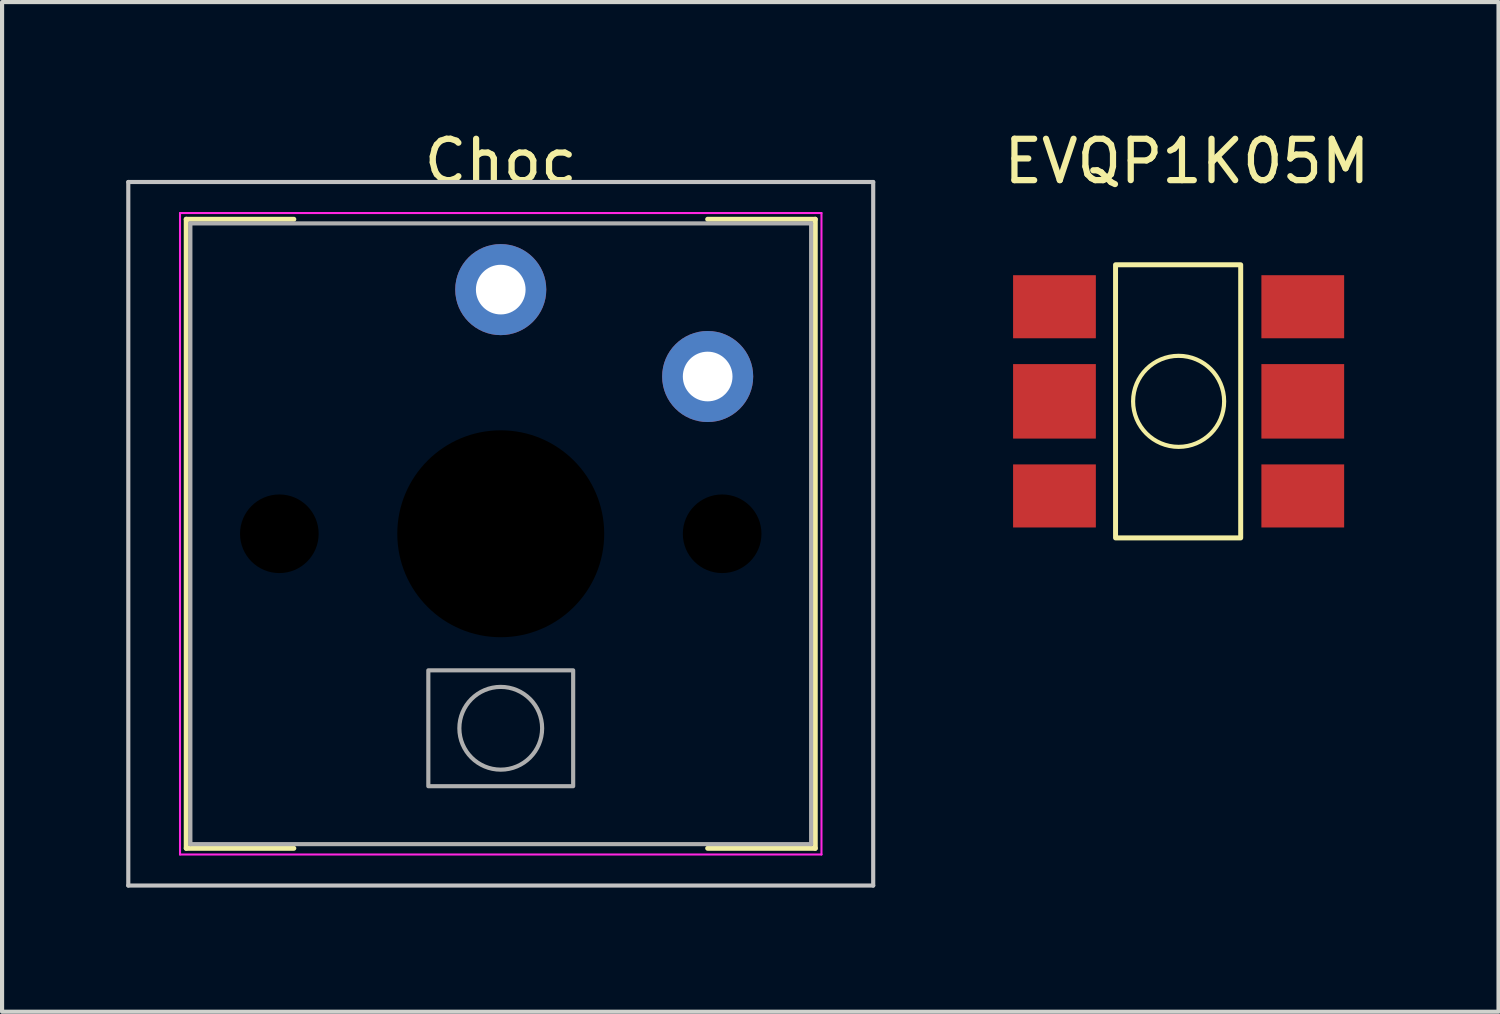
<source format=kicad_pcb>
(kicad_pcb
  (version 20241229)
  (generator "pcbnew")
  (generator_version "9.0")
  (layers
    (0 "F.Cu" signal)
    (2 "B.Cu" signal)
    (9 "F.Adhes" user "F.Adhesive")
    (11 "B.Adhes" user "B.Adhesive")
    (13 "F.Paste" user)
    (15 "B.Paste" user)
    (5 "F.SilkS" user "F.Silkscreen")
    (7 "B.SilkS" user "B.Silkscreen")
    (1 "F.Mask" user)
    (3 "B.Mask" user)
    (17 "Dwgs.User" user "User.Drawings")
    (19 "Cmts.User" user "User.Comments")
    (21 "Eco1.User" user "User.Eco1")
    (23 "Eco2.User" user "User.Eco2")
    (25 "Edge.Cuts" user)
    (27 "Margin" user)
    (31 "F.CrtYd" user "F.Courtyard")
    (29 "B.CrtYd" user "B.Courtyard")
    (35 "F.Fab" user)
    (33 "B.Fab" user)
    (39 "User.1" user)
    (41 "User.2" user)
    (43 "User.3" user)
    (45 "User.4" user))
  (footprint "Choc"
    (layer "F.Cu")
    (at 9.05 9.848)
    (property "Reference" "Choc" (at 0 -9 0) (layer "F.SilkS") (effects (font (size 1 1) (thickness 0.15))))
    (attr through_hole)
    (fp_line (start -7.6 -7.6) (end -7.6 7.6) (stroke (width 0.12) (type solid)) (layer "F.SilkS"))
    (fp_line (start -7.6 7.6) (end -5 7.6) (stroke (width 0.12) (type solid)) (layer "F.SilkS"))
    (fp_line (start -5 -7.6) (end -7.6 -7.6) (stroke (width 0.12) (type solid)) (layer "F.SilkS"))
    (fp_line (start 7.6 -7.6) (end 5 -7.6) (stroke (width 0.12) (type solid)) (layer "F.SilkS"))
    (fp_line (start 7.6 7.6) (end 5 7.6) (stroke (width 0.12) (type solid)) (layer "F.SilkS"))
    (fp_line (start 7.6 7.6) (end 7.6 -7.6) (stroke (width 0.12) (type solid)) (layer "F.SilkS"))
    (fp_line (start -9 -8.5) (end -9 8.5) (stroke (width 0.1) (type solid)) (layer "Dwgs.User"))
    (fp_line (start -9 8.5) (end 9 8.5) (stroke (width 0.1) (type solid)) (layer "Dwgs.User"))
    (fp_line (start 9 -8.5) (end -9 -8.5) (stroke (width 0.1) (type solid)) (layer "Dwgs.User"))
    (fp_line (start 9 8.5) (end 9 -8.5) (stroke (width 0.1) (type solid)) (layer "Dwgs.User"))
    (fp_line (start -7.25 -7.25) (end -7.25 7.25) (stroke (width 0.1) (type solid)) (layer "Eco1.User"))
    (fp_line (start -7.25 7.25) (end 7.25 7.25) (stroke (width 0.1) (type solid)) (layer "Eco1.User"))
    (fp_line (start 7.25 -7.25) (end -7.25 -7.25) (stroke (width 0.1) (type solid)) (layer "Eco1.User"))
    (fp_line (start 7.25 7.25) (end 7.25 -7.25) (stroke (width 0.1) (type solid)) (layer "Eco1.User"))
    (fp_line (start -7.75 -7.75) (end -7.75 7.75) (stroke (width 0.05) (type solid)) (layer "F.CrtYd"))
    (fp_line (start -7.75 7.75) (end 7.75 7.75) (stroke (width 0.05) (type solid)) (layer "F.CrtYd"))
    (fp_line (start 7.75 -7.75) (end -7.75 -7.75) (stroke (width 0.05) (type solid)) (layer "F.CrtYd"))
    (fp_line (start 7.75 7.75) (end 7.75 -7.75) (stroke (width 0.05) (type solid)) (layer "F.CrtYd"))
    (fp_line (start -7.5 -7.5) (end -7.5 7.5) (stroke (width 0.1) (type solid)) (layer "F.Fab"))
    (fp_line (start -7.5 7.5) (end 7.5 7.5) (stroke (width 0.1) (type solid)) (layer "F.Fab"))
    (fp_line (start 7.5 -7.5) (end -7.5 -7.5) (stroke (width 0.1) (type solid)) (layer "F.Fab"))
    (fp_line (start 7.5 7.5) (end 7.5 -7.5) (stroke (width 0.1) (type solid)) (layer "F.Fab"))
    (fp_rect (start -1.75 3.3) (end 1.75 6.1) (stroke (width 0.1) (type solid)) (fill no) (layer "F.Fab"))
    (fp_circle (center 0 4.7) (end 1 4.7) (stroke (width 0.1) (type solid)) (fill no) (layer "F.Fab"))
    (fp_text user "${REFERENCE}" (at 0 0 0) (layer "F.Fab") (effects (font (size 1 1) (thickness 0.15))))
    (pad "" np_thru_hole circle (at -5.35 0) (size 1.9 1.9) (drill oval 2.2 1.9) (layers "*.Mask"))
    (pad "" smd circle (at 0 -5.9) (size 1.25 1.25) (layers "F.Mask"))
    (pad "" np_thru_hole circle (at 0 0) (size 5 5) (drill 5) (layers "*.Mask"))
    (pad "" smd circle (at 5 -3.8) (size 1.25 1.25) (layers "F.Mask"))
    (pad "" np_thru_hole circle (at 5.35 0) (size 1.9 1.9) (drill oval 2.2 1.9) (layers "*.Mask"))
    (pad "1" thru_hole circle (at 0 -5.9) (size 2.2 2.2) (drill 1.2) (layers "*.Cu" "B.Mask"))
    (pad "2" thru_hole circle (at 5 -3.8) (size 2.2 2.2) (drill 1.2) (layers "*.Cu" "B.Mask")))
  (footprint "EVQP1K05M"
    (layer "F.Cu")
    (at 25.43 6.648)
    (property "Reference" "EVQP1K05M" (at 0.2 -5.8 0) (layer "F.SilkS") (effects (font (size 1 1) (thickness 0.15))))
    (attr smd)
    (fp_rect (start -1.524 -3.3) (end 1.5 3.3) (stroke (width 0.12) (type solid)) (fill no) (layer "F.SilkS"))
    (fp_circle (center 0 0) (end 1.1 0) (stroke (width 0.1) (type solid)) (fill no) (layer "F.SilkS"))
    (pad "1" smd rect (at -3 -2.286 180) (size 2 1.524) (layers "F.Cu" "F.Mask" "F.Paste"))
    (pad "1" smd rect (at -3 0 180) (size 2 1.8) (layers "F.Cu" "F.Mask" "F.Paste"))
    (pad "1" smd rect (at 3 -2.286 180) (size 2 1.524) (layers "F.Cu" "F.Mask" "F.Paste"))
    (pad "2" smd rect (at -3 2.286 180) (size 2 1.524) (layers "F.Cu" "F.Mask" "F.Paste"))
    (pad "2" smd rect (at 3 0 180) (size 2 1.8) (layers "F.Cu" "F.Mask" "F.Paste"))
    (pad "2" smd rect (at 3 2.286 180) (size 2 1.524) (layers "F.Cu" "F.Mask" "F.Paste")))
  (gr_rect
    (start -3 -3)
    (end 33.16 21.398)
    (stroke (width 0.1) (type default))
    (fill no)
    (layer "Edge.Cuts")))
</source>
